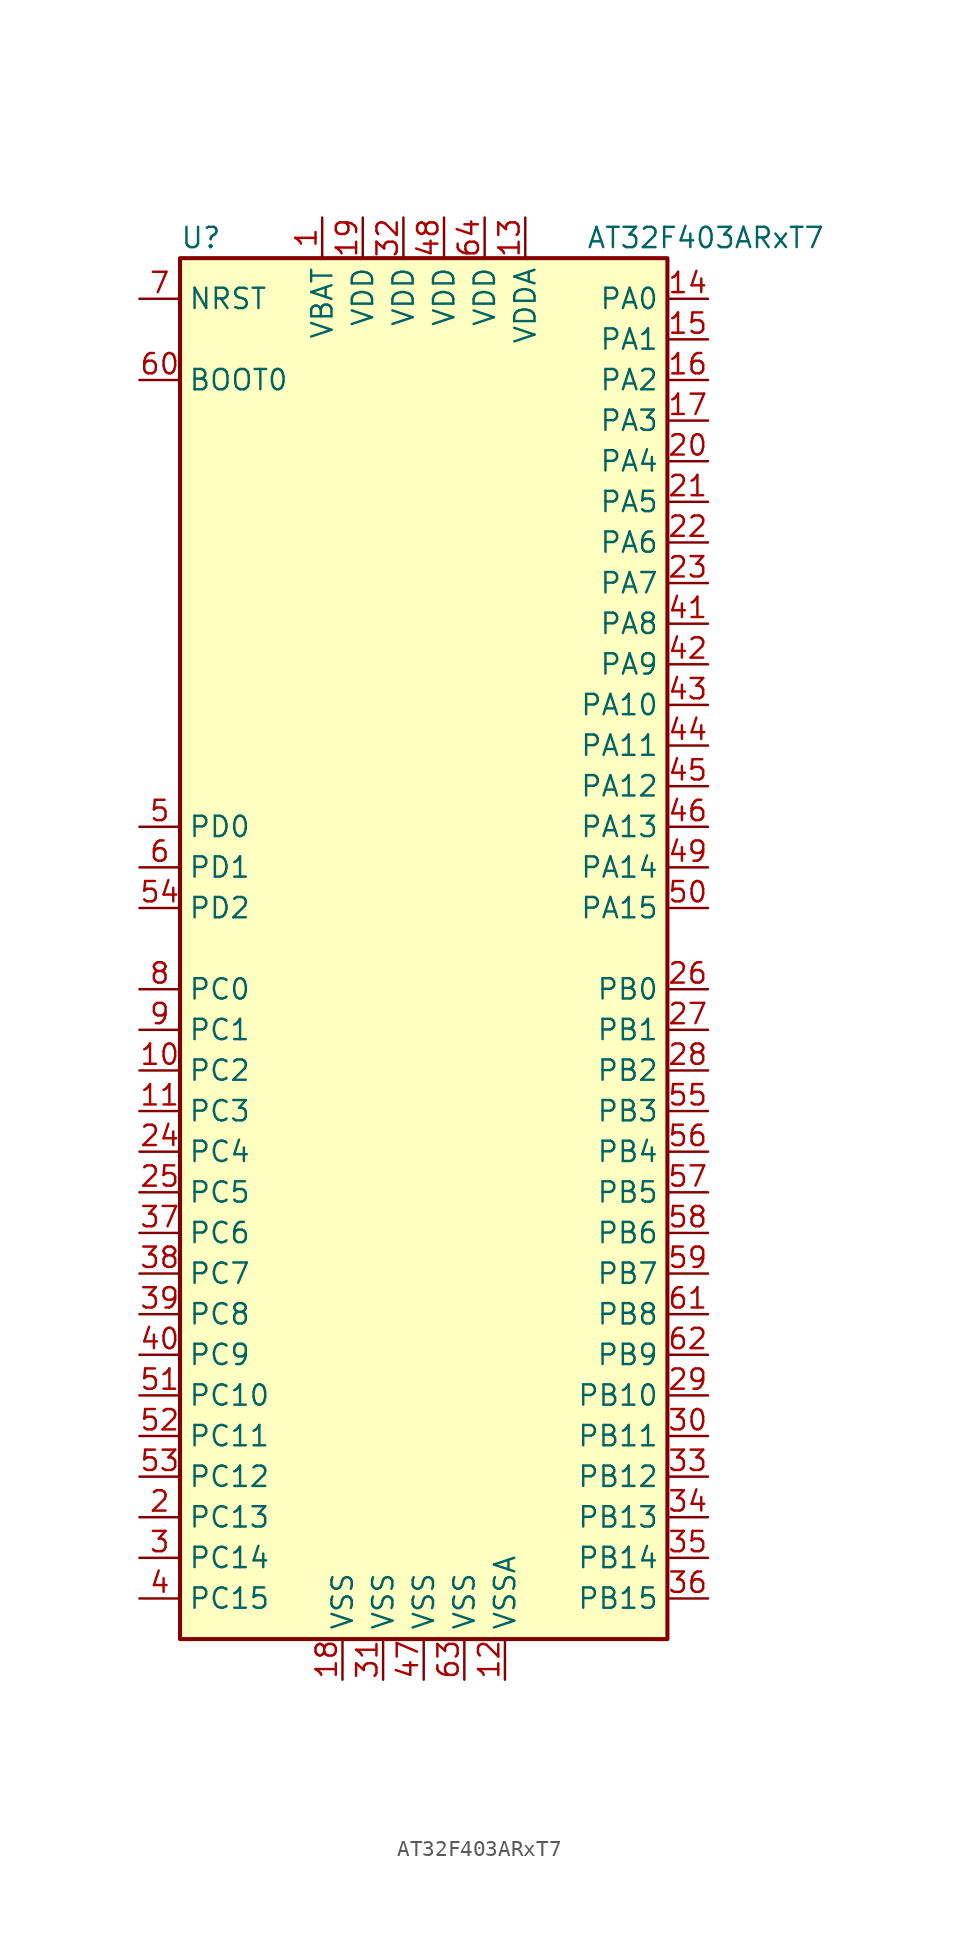
<source format=kicad_sym>
(kicad_symbol_lib
  (version 20220331)
  (generator kicad_symbol_editor)
  (symbol "AT32F403ARxT7"
    (property "Reference" "U"
      (at -15.24 44.45 0)
      (effects (font (size 1.27 1.27)) (justify left)))
    (property "Value" "AT32F403ARxT7"
      (at 10.16 44.45 0)
      (effects (font (size 1.27 1.27)) (justify left)))
    (symbol "AT32F403ARxT7_0_1"
      (rectangle (start -15.24 -43.18) (end 15.24 43.18) (stroke (width 0.254) (type default)) (fill (type background))))
    (symbol "AT32F403ARxT7_1_1"
      (pin power_in line (at -6.35 45.72 270) (length 2.54) (name "VBAT" (effects (font (size 1.27 1.27)))) (number "1" (effects (font (size 1.27 1.27)))))
      (pin bidirectional line (at -17.78 -7.62 0) (length 2.54) (name "PC2" (effects (font (size 1.27 1.27)))) (number "10" (effects (font (size 1.27 1.27)))))
      (pin bidirectional line (at -17.78 -10.16 0) (length 2.54) (name "PC3" (effects (font (size 1.27 1.27)))) (number "11" (effects (font (size 1.27 1.27)))))
      (pin power_in line (at 5.08 -45.72 90) (length 2.54) (name "VSSA" (effects (font (size 1.27 1.27)))) (number "12" (effects (font (size 1.27 1.27)))))
      (pin power_in line (at 6.35 45.72 270) (length 2.54) (name "VDDA" (effects (font (size 1.27 1.27)))) (number "13" (effects (font (size 1.27 1.27)))))
      (pin bidirectional line (at 17.78 40.64 180) (length 2.54) (name "PA0" (effects (font (size 1.27 1.27)))) (number "14" (effects (font (size 1.27 1.27)))))
      (pin bidirectional line (at 17.78 38.1 180) (length 2.54) (name "PA1" (effects (font (size 1.27 1.27)))) (number "15" (effects (font (size 1.27 1.27)))))
      (pin bidirectional line (at 17.78 35.56 180) (length 2.54) (name "PA2" (effects (font (size 1.27 1.27)))) (number "16" (effects (font (size 1.27 1.27)))))
      (pin bidirectional line (at 17.78 33.02 180) (length 2.54) (name "PA3" (effects (font (size 1.27 1.27)))) (number "17" (effects (font (size 1.27 1.27)))))
      (pin power_in line (at -5.08 -45.72 90) (length 2.54) (name "VSS" (effects (font (size 1.27 1.27)))) (number "18" (effects (font (size 1.27 1.27)))))
      (pin power_in line (at -3.81 45.72 270) (length 2.54) (name "VDD" (effects (font (size 1.27 1.27)))) (number "19" (effects (font (size 1.27 1.27)))))
      (pin bidirectional line (at -17.78 -35.56 0) (length 2.54) (name "PC13" (effects (font (size 1.27 1.27)))) (number "2" (effects (font (size 1.27 1.27)))))
      (pin bidirectional line (at 17.78 30.48 180) (length 2.54) (name "PA4" (effects (font (size 1.27 1.27)))) (number "20" (effects (font (size 1.27 1.27)))))
      (pin bidirectional line (at 17.78 27.94 180) (length 2.54) (name "PA5" (effects (font (size 1.27 1.27)))) (number "21" (effects (font (size 1.27 1.27)))))
      (pin bidirectional line (at 17.78 25.4 180) (length 2.54) (name "PA6" (effects (font (size 1.27 1.27)))) (number "22" (effects (font (size 1.27 1.27)))))
      (pin bidirectional line (at 17.78 22.86 180) (length 2.54) (name "PA7" (effects (font (size 1.27 1.27)))) (number "23" (effects (font (size 1.27 1.27)))))
      (pin bidirectional line (at -17.78 -12.7 0) (length 2.54) (name "PC4" (effects (font (size 1.27 1.27)))) (number "24" (effects (font (size 1.27 1.27)))))
      (pin bidirectional line (at -17.78 -15.24 0) (length 2.54) (name "PC5" (effects (font (size 1.27 1.27)))) (number "25" (effects (font (size 1.27 1.27)))))
      (pin bidirectional line (at 17.78 -2.54 180) (length 2.54) (name "PB0" (effects (font (size 1.27 1.27)))) (number "26" (effects (font (size 1.27 1.27)))))
      (pin bidirectional line (at 17.78 -5.08 180) (length 2.54) (name "PB1" (effects (font (size 1.27 1.27)))) (number "27" (effects (font (size 1.27 1.27)))))
      (pin bidirectional line (at 17.78 -7.62 180) (length 2.54) (name "PB2" (effects (font (size 1.27 1.27)))) (number "28" (effects (font (size 1.27 1.27)))))
      (pin bidirectional line (at 17.78 -27.94 180) (length 2.54) (name "PB10" (effects (font (size 1.27 1.27)))) (number "29" (effects (font (size 1.27 1.27)))))
      (pin bidirectional line (at -17.78 -38.1 0) (length 2.54) (name "PC14" (effects (font (size 1.27 1.27)))) (number "3" (effects (font (size 1.27 1.27)))))
      (pin bidirectional line (at 17.78 -30.48 180) (length 2.54) (name "PB11" (effects (font (size 1.27 1.27)))) (number "30" (effects (font (size 1.27 1.27)))))
      (pin power_in line (at -2.54 -45.72 90) (length 2.54) (name "VSS" (effects (font (size 1.27 1.27)))) (number "31" (effects (font (size 1.27 1.27)))))
      (pin power_in line (at -1.27 45.72 270) (length 2.54) (name "VDD" (effects (font (size 1.27 1.27)))) (number "32" (effects (font (size 1.27 1.27)))))
      (pin bidirectional line (at 17.78 -33.02 180) (length 2.54) (name "PB12" (effects (font (size 1.27 1.27)))) (number "33" (effects (font (size 1.27 1.27)))))
      (pin bidirectional line (at 17.78 -35.56 180) (length 2.54) (name "PB13" (effects (font (size 1.27 1.27)))) (number "34" (effects (font (size 1.27 1.27)))))
      (pin bidirectional line (at 17.78 -38.1 180) (length 2.54) (name "PB14" (effects (font (size 1.27 1.27)))) (number "35" (effects (font (size 1.27 1.27)))))
      (pin bidirectional line (at 17.78 -40.64 180) (length 2.54) (name "PB15" (effects (font (size 1.27 1.27)))) (number "36" (effects (font (size 1.27 1.27)))))
      (pin bidirectional line (at -17.78 -17.78 0) (length 2.54) (name "PC6" (effects (font (size 1.27 1.27)))) (number "37" (effects (font (size 1.27 1.27)))))
      (pin bidirectional line (at -17.78 -20.32 0) (length 2.54) (name "PC7" (effects (font (size 1.27 1.27)))) (number "38" (effects (font (size 1.27 1.27)))))
      (pin bidirectional line (at -17.78 -22.86 0) (length 2.54) (name "PC8" (effects (font (size 1.27 1.27)))) (number "39" (effects (font (size 1.27 1.27)))))
      (pin bidirectional line (at -17.78 -40.64 0) (length 2.54) (name "PC15" (effects (font (size 1.27 1.27)))) (number "4" (effects (font (size 1.27 1.27)))))
      (pin bidirectional line (at -17.78 -25.4 0) (length 2.54) (name "PC9" (effects (font (size 1.27 1.27)))) (number "40" (effects (font (size 1.27 1.27)))))
      (pin bidirectional line (at 17.78 20.32 180) (length 2.54) (name "PA8" (effects (font (size 1.27 1.27)))) (number "41" (effects (font (size 1.27 1.27)))))
      (pin bidirectional line (at 17.78 17.78 180) (length 2.54) (name "PA9" (effects (font (size 1.27 1.27)))) (number "42" (effects (font (size 1.27 1.27)))))
      (pin bidirectional line (at 17.78 15.24 180) (length 2.54) (name "PA10" (effects (font (size 1.27 1.27)))) (number "43" (effects (font (size 1.27 1.27)))))
      (pin bidirectional line (at 17.78 12.7 180) (length 2.54) (name "PA11" (effects (font (size 1.27 1.27)))) (number "44" (effects (font (size 1.27 1.27)))))
      (pin bidirectional line (at 17.78 10.16 180) (length 2.54) (name "PA12" (effects (font (size 1.27 1.27)))) (number "45" (effects (font (size 1.27 1.27)))))
      (pin bidirectional line (at 17.78 7.62 180) (length 2.54) (name "PA13" (effects (font (size 1.27 1.27)))) (number "46" (effects (font (size 1.27 1.27)))))
      (pin power_in line (at 0 -45.72 90) (length 2.54) (name "VSS" (effects (font (size 1.27 1.27)))) (number "47" (effects (font (size 1.27 1.27)))))
      (pin power_in line (at 1.27 45.72 270) (length 2.54) (name "VDD" (effects (font (size 1.27 1.27)))) (number "48" (effects (font (size 1.27 1.27)))))
      (pin bidirectional line (at 17.78 5.08 180) (length 2.54) (name "PA14" (effects (font (size 1.27 1.27)))) (number "49" (effects (font (size 1.27 1.27)))))
      (pin input line (at -17.78 7.62 0) (length 2.54) (name "PD0" (effects (font (size 1.27 1.27)))) (number "5" (effects (font (size 1.27 1.27)))))
      (pin bidirectional line (at 17.78 2.54 180) (length 2.54) (name "PA15" (effects (font (size 1.27 1.27)))) (number "50" (effects (font (size 1.27 1.27)))))
      (pin bidirectional line (at -17.78 -27.94 0) (length 2.54) (name "PC10" (effects (font (size 1.27 1.27)))) (number "51" (effects (font (size 1.27 1.27)))))
      (pin bidirectional line (at -17.78 -30.48 0) (length 2.54) (name "PC11" (effects (font (size 1.27 1.27)))) (number "52" (effects (font (size 1.27 1.27)))))
      (pin bidirectional line (at -17.78 -33.02 0) (length 2.54) (name "PC12" (effects (font (size 1.27 1.27)))) (number "53" (effects (font (size 1.27 1.27)))))
      (pin bidirectional line (at -17.78 2.54 0) (length 2.54) (name "PD2" (effects (font (size 1.27 1.27)))) (number "54" (effects (font (size 1.27 1.27)))))
      (pin bidirectional line (at 17.78 -10.16 180) (length 2.54) (name "PB3" (effects (font (size 1.27 1.27)))) (number "55" (effects (font (size 1.27 1.27)))))
      (pin bidirectional line (at 17.78 -12.7 180) (length 2.54) (name "PB4" (effects (font (size 1.27 1.27)))) (number "56" (effects (font (size 1.27 1.27)))))
      (pin bidirectional line (at 17.78 -15.24 180) (length 2.54) (name "PB5" (effects (font (size 1.27 1.27)))) (number "57" (effects (font (size 1.27 1.27)))))
      (pin bidirectional line (at 17.78 -17.78 180) (length 2.54) (name "PB6" (effects (font (size 1.27 1.27)))) (number "58" (effects (font (size 1.27 1.27)))))
      (pin bidirectional line (at 17.78 -20.32 180) (length 2.54) (name "PB7" (effects (font (size 1.27 1.27)))) (number "59" (effects (font (size 1.27 1.27)))))
      (pin input line (at -17.78 5.08 0) (length 2.54) (name "PD1" (effects (font (size 1.27 1.27)))) (number "6" (effects (font (size 1.27 1.27)))))
      (pin input line (at -17.78 35.56 0) (length 2.54) (name "BOOT0" (effects (font (size 1.27 1.27)))) (number "60" (effects (font (size 1.27 1.27)))))
      (pin bidirectional line (at 17.78 -22.86 180) (length 2.54) (name "PB8" (effects (font (size 1.27 1.27)))) (number "61" (effects (font (size 1.27 1.27)))))
      (pin bidirectional line (at 17.78 -25.4 180) (length 2.54) (name "PB9" (effects (font (size 1.27 1.27)))) (number "62" (effects (font (size 1.27 1.27)))))
      (pin power_in line (at 2.54 -45.72 90) (length 2.54) (name "VSS" (effects (font (size 1.27 1.27)))) (number "63" (effects (font (size 1.27 1.27)))))
      (pin power_in line (at 3.81 45.72 270) (length 2.54) (name "VDD" (effects (font (size 1.27 1.27)))) (number "64" (effects (font (size 1.27 1.27)))))
      (pin input line (at -17.78 40.64 0) (length 2.54) (name "NRST" (effects (font (size 1.27 1.27)))) (number "7" (effects (font (size 1.27 1.27)))))
      (pin bidirectional line (at -17.78 -2.54 0) (length 2.54) (name "PC0" (effects (font (size 1.27 1.27)))) (number "8" (effects (font (size 1.27 1.27)))))
      (pin bidirectional line (at -17.78 -5.08 0) (length 2.54) (name "PC1" (effects (font (size 1.27 1.27)))) (number "9" (effects (font (size 1.27 1.27))))))))
</source>
